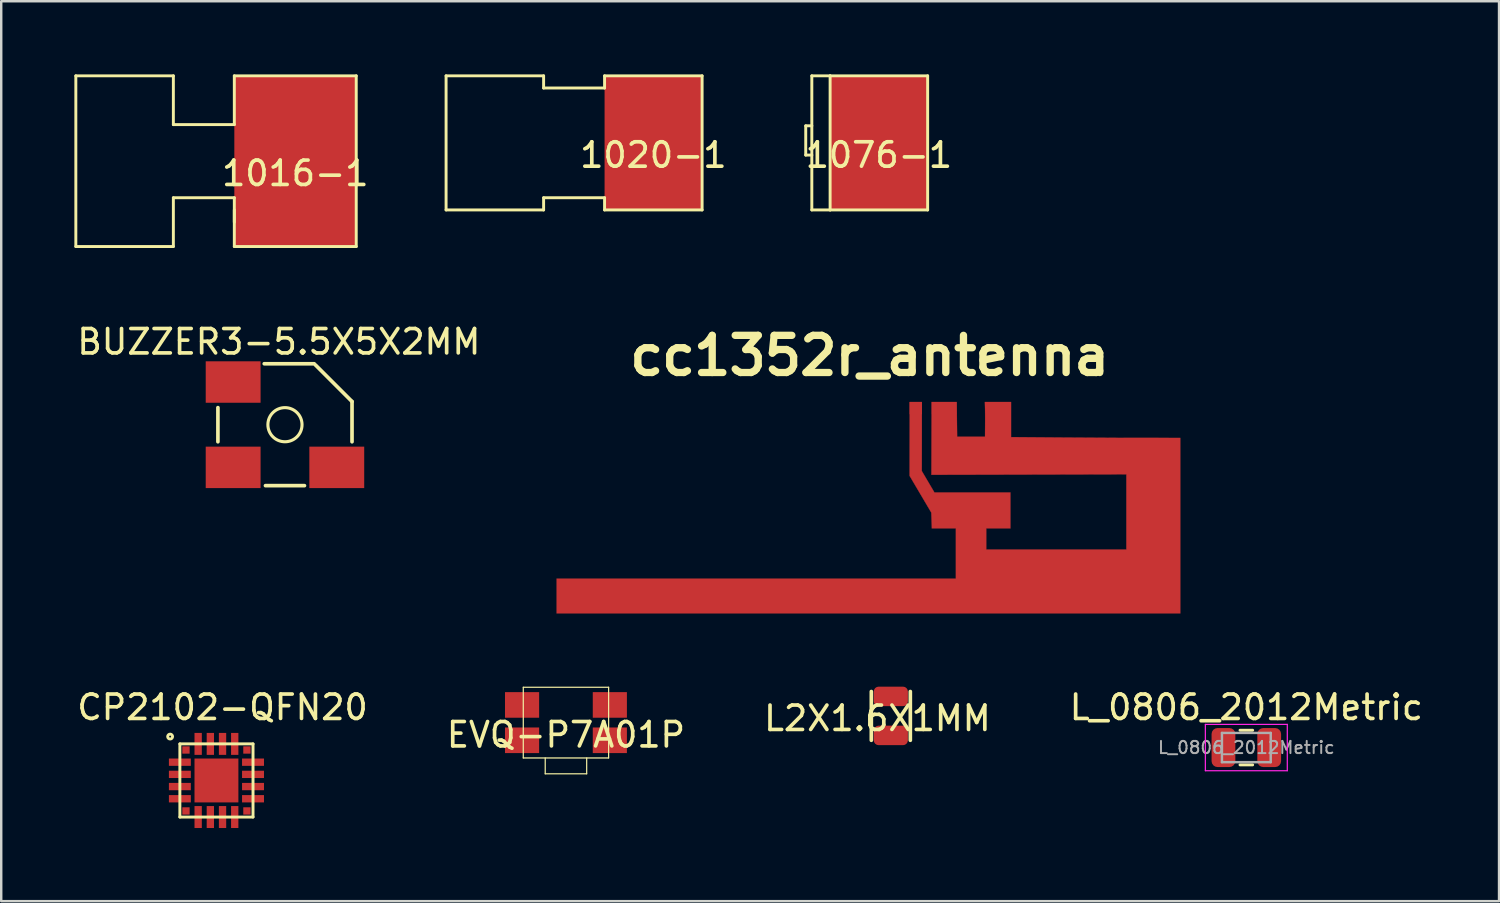
<source format=kicad_pcb>
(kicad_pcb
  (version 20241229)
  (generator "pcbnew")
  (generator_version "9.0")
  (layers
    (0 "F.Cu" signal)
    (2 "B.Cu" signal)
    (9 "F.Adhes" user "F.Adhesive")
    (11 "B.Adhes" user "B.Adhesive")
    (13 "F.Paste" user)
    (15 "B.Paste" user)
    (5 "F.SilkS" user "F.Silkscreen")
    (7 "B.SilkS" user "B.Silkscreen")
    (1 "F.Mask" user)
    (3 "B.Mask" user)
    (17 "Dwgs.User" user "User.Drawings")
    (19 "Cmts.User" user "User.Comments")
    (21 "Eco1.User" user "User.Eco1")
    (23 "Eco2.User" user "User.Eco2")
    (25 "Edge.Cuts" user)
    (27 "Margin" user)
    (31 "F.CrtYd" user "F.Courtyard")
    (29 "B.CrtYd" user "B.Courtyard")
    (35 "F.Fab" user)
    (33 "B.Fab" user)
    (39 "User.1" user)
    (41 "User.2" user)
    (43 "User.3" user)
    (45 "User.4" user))
  (footprint "1076-1"
    (layer "F.Cu")
    (at 32.995 2.81)
    (property "Reference" "1076-1" (at 0 0.5 0) (layer "F.SilkS") (effects (font (size 1 1) (thickness 0.15))))
    (attr through_hole)
    (fp_line (start -3 -0.7) (end -3 0.5) (stroke (width 0.12) (type solid)) (layer "F.SilkS"))
    (fp_line (start -3 0.5) (end -2.75 0.5) (stroke (width 0.12) (type solid)) (layer "F.SilkS"))
    (fp_line (start -2.75 -2.75) (end -2 -2.75) (stroke (width 0.12) (type solid)) (layer "F.SilkS"))
    (fp_line (start -2.75 -0.7) (end -3 -0.7) (stroke (width 0.12) (type solid)) (layer "F.SilkS"))
    (fp_line (start -2.75 2.75) (end -2.75 -2.75) (stroke (width 0.12) (type solid)) (layer "F.SilkS"))
    (fp_line (start -2 -2.75) (end 2 -2.75) (stroke (width 0.12) (type solid)) (layer "F.SilkS"))
    (fp_line (start -2 2.75) (end -2.75 2.75) (stroke (width 0.12) (type solid)) (layer "F.SilkS"))
    (fp_line (start -2 2.75) (end -2 -2.75) (stroke (width 0.12) (type solid)) (layer "F.SilkS"))
    (fp_line (start 2 -2.75) (end 2 2.75) (stroke (width 0.12) (type solid)) (layer "F.SilkS"))
    (fp_line (start 2 2.75) (end -2 2.75) (stroke (width 0.12) (type solid)) (layer "F.SilkS"))
    (pad "1" smd rect (at 0 0) (size 4 5.5) (layers "F.Cu" "F.Mask" "F.Paste")))
  (footprint "EVQ-P7A01P"
    (layer "F.Cu")
    (at 20.161 26.586)
    (property "Reference" "EVQ-P7A01P" (at 0 0.5 0) (layer "F.SilkS") (effects (font (size 1 1) (thickness 0.15))))
    (attr through_hole)
    (fp_line (start -1.75 -1.45) (end 1.75 -1.45) (stroke (width 0.05) (type solid)) (layer "F.SilkS"))
    (fp_line (start -1.75 1.45) (end -1.75 -1.45) (stroke (width 0.05) (type solid)) (layer "F.SilkS"))
    (fp_line (start -0.85 1.45) (end -0.85 2.1) (stroke (width 0.05) (type solid)) (layer "F.SilkS"))
    (fp_line (start -0.85 2.1) (end 0.85 2.1) (stroke (width 0.05) (type solid)) (layer "F.SilkS"))
    (fp_line (start 0.85 2.1) (end 0.85 1.45) (stroke (width 0.05) (type solid)) (layer "F.SilkS"))
    (fp_line (start 1.75 -1.45) (end 1.75 1.45) (stroke (width 0.05) (type solid)) (layer "F.SilkS"))
    (fp_line (start 1.75 1.45) (end -1.75 1.45) (stroke (width 0.05) (type solid)) (layer "F.SilkS"))
    (pad "1" smd rect (at -1.8 -0.725) (size 1.4 1.05) (layers "F.Cu" "F.Mask" "F.Paste"))
    (pad "1" smd rect (at 1.8 -0.725) (size 1.4 1.05) (layers "F.Cu" "F.Mask" "F.Paste"))
    (pad "2" smd rect (at -1.8 0.725) (size 1.4 1.05) (layers "F.Cu" "F.Mask" "F.Paste"))
    (pad "2" smd rect (at 1.8 0.725) (size 1.4 1.05) (layers "F.Cu" "F.Mask" "F.Paste")))
  (footprint "CP2102-QFN20"
    (layer "F.Cu")
    (at 5.827 28.959)
    (property "Reference" "CP2102-QFN20" (at 0.25 -3 0) (layer "F.SilkS") (effects (font (size 1 1) (thickness 0.15))))
    (attr through_hole)
    (fp_line (start -1.5 -1.5) (end 1.5 -1.5) (stroke (width 0.12) (type solid)) (layer "F.SilkS"))
    (fp_line (start -1.5 1.5) (end -1.5 -1.5) (stroke (width 0.12) (type solid)) (layer "F.SilkS"))
    (fp_line (start 1.5 -1.5) (end 1.5 1.5) (stroke (width 0.12) (type solid)) (layer "F.SilkS"))
    (fp_line (start 1.5 1.5) (end -1.5 1.5) (stroke (width 0.12) (type solid)) (layer "F.SilkS"))
    (fp_circle (center -1.9 -1.8) (end -1.8 -1.8) (stroke (width 0.12) (type solid)) (fill no) (layer "F.SilkS"))
    (pad "1" smd rect (at -1.25 -1.25 270) (size 0.3 0.3) (layers "F.Cu" "F.Mask" "F.Paste"))
    (pad "2" smd rect (at -1.5 -0.75) (size 0.9 0.3) (layers "F.Cu" "F.Mask" "F.Paste"))
    (pad "3" smd rect (at -1.5 -0.25) (size 0.9 0.3) (layers "F.Cu" "F.Mask" "F.Paste"))
    (pad "4" smd rect (at -1.5 0.25) (size 0.9 0.3) (layers "F.Cu" "F.Mask" "F.Paste"))
    (pad "5" smd rect (at -1.5 0.75) (size 0.9 0.3) (layers "F.Cu" "F.Mask" "F.Paste"))
    (pad "6" smd rect (at -1.25 1.25 270) (size 0.3 0.3) (layers "F.Cu" "F.Mask" "F.Paste"))
    (pad "7" smd rect (at -0.75 1.5 90) (size 0.9 0.3) (layers "F.Cu" "F.Mask" "F.Paste"))
    (pad "8" smd rect (at -0.25 1.5 90) (size 0.9 0.3) (layers "F.Cu" "F.Mask" "F.Paste"))
    (pad "9" smd rect (at 0.25 1.5 90) (size 0.9 0.3) (layers "F.Cu" "F.Mask" "F.Paste"))
    (pad "10" smd rect (at 0.75 1.5 90) (size 0.9 0.3) (layers "F.Cu" "F.Mask" "F.Paste"))
    (pad "11" smd rect (at 1.25 1.25 270) (size 0.3 0.3) (layers "F.Cu" "F.Mask" "F.Paste"))
    (pad "12" smd rect (at 1.5 0.75 180) (size 0.9 0.3) (layers "F.Cu" "F.Mask" "F.Paste"))
    (pad "13" smd rect (at 1.5 0.25 180) (size 0.9 0.3) (layers "F.Cu" "F.Mask" "F.Paste"))
    (pad "14" smd rect (at 1.5 -0.25 180) (size 0.9 0.3) (layers "F.Cu" "F.Mask" "F.Paste"))
    (pad "15" smd rect (at 1.5 -0.75 180) (size 0.9 0.3) (layers "F.Cu" "F.Mask" "F.Paste"))
    (pad "16" smd rect (at 1.25 -1.25 270) (size 0.3 0.3) (layers "F.Cu" "F.Mask" "F.Paste"))
    (pad "17" smd rect (at 0.75 -1.5 270) (size 0.9 0.3) (layers "F.Cu" "F.Mask" "F.Paste"))
    (pad "18" smd rect (at 0.25 -1.5 270) (size 0.9 0.3) (layers "F.Cu" "F.Mask" "F.Paste"))
    (pad "19" smd rect (at -0.25 -1.5 270) (size 0.9 0.3) (layers "F.Cu" "F.Mask" "F.Paste"))
    (pad "20" smd rect (at -0.75 -1.5 270) (size 0.9 0.3) (layers "F.Cu" "F.Mask" "F.Paste"))
    (pad "EP" smd rect (at 0 0) (size 1.8 1.8) (layers "F.Cu" "F.Mask" "F.Paste")))
  (footprint "BUZZER3-5.5X5X2MM"
    (layer "F.Cu")
    (at 8.637 14.368)
    (property "Reference" "BUZZER3-5.5X5X2MM" (at -0.25 -3.4 0) (layer "F.SilkS") (effects (font (size 1 1) (thickness 0.15))))
    (attr through_hole)
    (fp_line (start -2.75 0.7) (end -2.75 -0.7) (stroke (width 0.15) (type solid)) (layer "F.SilkS"))
    (fp_line (start -0.85 -2.5) (end 1.2 -2.5) (stroke (width 0.15) (type solid)) (layer "F.SilkS"))
    (fp_line (start 0.8 2.5) (end -0.8 2.5) (stroke (width 0.15) (type solid)) (layer "F.SilkS"))
    (fp_line (start 2.75 -0.95) (end 1.25 -2.45) (stroke (width 0.15) (type solid)) (layer "F.SilkS"))
    (fp_line (start 2.75 -0.95) (end 2.75 0.7) (stroke (width 0.15) (type solid)) (layer "F.SilkS"))
    (fp_circle (center 0 0) (end 0.7 0) (stroke (width 0.127) (type solid)) (fill no) (layer "F.SilkS"))
    (pad "1" smd rect (at -2.125 1.75) (size 2.25 1.7) (layers "F.Cu" "F.Mask" "F.Paste"))
    (pad "2" smd rect (at 2.125 1.75) (size 2.25 1.7) (layers "F.Cu" "F.Mask" "F.Paste"))
    (pad "3" smd rect (at -2.125 -1.75) (size 2.25 1.7) (layers "F.Cu" "F.Mask" "F.Paste")))
  (footprint "1016-1"
    (layer "F.Cu")
    (at 9.06 3.56)
    (property "Reference" "1016-1" (at 0 0.5 0) (layer "F.SilkS") (effects (font (size 1 1) (thickness 0.15))))
    (attr through_hole)
    (fp_line (start -9 -3.5) (end -9 3.5) (stroke (width 0.12) (type solid)) (layer "F.SilkS"))
    (fp_line (start -9 3.5) (end -5 3.5) (stroke (width 0.12) (type solid)) (layer "F.SilkS"))
    (fp_line (start -5 -3.5) (end -9 -3.5) (stroke (width 0.12) (type solid)) (layer "F.SilkS"))
    (fp_line (start -5 -1.5) (end -5 -3.5) (stroke (width 0.12) (type solid)) (layer "F.SilkS"))
    (fp_line (start -5 1.5) (end -2.5 1.5) (stroke (width 0.12) (type solid)) (layer "F.SilkS"))
    (fp_line (start -5 3.5) (end -5 1.5) (stroke (width 0.12) (type solid)) (layer "F.SilkS"))
    (fp_line (start -2.5 -3.5) (end 2.5 -3.5) (stroke (width 0.12) (type solid)) (layer "F.SilkS"))
    (fp_line (start -2.5 -1.5) (end -5 -1.5) (stroke (width 0.12) (type solid)) (layer "F.SilkS"))
    (fp_line (start -2.5 -1.5) (end -2.5 -3.5) (stroke (width 0.12) (type solid)) (layer "F.SilkS"))
    (fp_line (start -2.5 1.5) (end -2.5 2.5) (stroke (width 0.12) (type solid)) (layer "F.SilkS"))
    (fp_line (start -2.5 3.5) (end -2.5 2) (stroke (width 0.12) (type solid)) (layer "F.SilkS"))
    (fp_line (start 2.5 -3.5) (end 2.5 3.5) (stroke (width 0.12) (type solid)) (layer "F.SilkS"))
    (fp_line (start 2.5 3.5) (end -2.5 3.5) (stroke (width 0.12) (type solid)) (layer "F.SilkS"))
    (pad "1" smd rect (at 0 0) (size 5 7) (layers "F.Cu" "F.Mask" "F.Paste")))
  (footprint "L_0806_2012Metric"
    (layer "F.Cu")
    (at 48.065 27.609)
    (property "Reference" "L_0806_2012Metric" (at 0 -1.65 0) (layer "F.SilkS") (effects (font (size 1 1) (thickness 0.15))))
    (attr smd)
    (fp_line (start -0.259 -0.71) (end 0.259 -0.71) (stroke (width 0.12) (type solid)) (layer "F.SilkS"))
    (fp_line (start -0.259 0.71) (end 0.259 0.71) (stroke (width 0.12) (type solid)) (layer "F.SilkS"))
    (fp_line (start -1.68 -0.95) (end 1.68 -0.95) (stroke (width 0.05) (type solid)) (layer "F.CrtYd"))
    (fp_line (start -1.68 0.95) (end -1.68 -0.95) (stroke (width 0.05) (type solid)) (layer "F.CrtYd"))
    (fp_line (start 1.68 -0.95) (end 1.68 0.95) (stroke (width 0.05) (type solid)) (layer "F.CrtYd"))
    (fp_line (start 1.68 0.95) (end -1.68 0.95) (stroke (width 0.05) (type solid)) (layer "F.CrtYd"))
    (fp_line (start -1 -0.6) (end 1 -0.6) (stroke (width 0.1) (type solid)) (layer "F.Fab"))
    (fp_line (start -1 0.6) (end -1 -0.6) (stroke (width 0.1) (type solid)) (layer "F.Fab"))
    (fp_line (start 1 -0.6) (end 1 0.6) (stroke (width 0.1) (type solid)) (layer "F.Fab"))
    (fp_line (start 1 0.6) (end -1 0.6) (stroke (width 0.1) (type solid)) (layer "F.Fab"))
    (fp_text user "${REFERENCE}" (at 0 0 0) (layer "F.Fab") (effects (font (size 0.5 0.5) (thickness 0.08))))
    (pad "1" smd roundrect (at -0.938 0) (size 0.975 1.6) (layers "F.Cu" "F.Mask" "F.Paste") (roundrect_rratio 0.25))
    (pad "2" smd roundrect (at 0.938 0) (size 0.975 1.6) (layers "F.Cu" "F.Mask" "F.Paste") (roundrect_rratio 0.25)))
  (footprint "1020-1"
    (layer "F.Cu")
    (at 23.745 2.81)
    (property "Reference" "1020-1" (at 0 0.5 0) (layer "F.SilkS") (effects (font (size 1 1) (thickness 0.15))))
    (attr through_hole)
    (fp_line (start -8.5 -2.75) (end -4.5 -2.75) (stroke (width 0.12) (type solid)) (layer "F.SilkS"))
    (fp_line (start -8.5 2.75) (end -8.5 -2.75) (stroke (width 0.12) (type solid)) (layer "F.SilkS"))
    (fp_line (start -8.5 2.75) (end -4.5 2.75) (stroke (width 0.12) (type solid)) (layer "F.SilkS"))
    (fp_line (start -4.5 -2.75) (end -4.5 -2.25) (stroke (width 0.12) (type solid)) (layer "F.SilkS"))
    (fp_line (start -4.5 -2.25) (end -2 -2.25) (stroke (width 0.12) (type solid)) (layer "F.SilkS"))
    (fp_line (start -4.5 2.25) (end -2 2.25) (stroke (width 0.12) (type solid)) (layer "F.SilkS"))
    (fp_line (start -4.5 2.75) (end -4.5 2.25) (stroke (width 0.12) (type solid)) (layer "F.SilkS"))
    (fp_line (start -2 -2.75) (end 2 -2.75) (stroke (width 0.12) (type solid)) (layer "F.SilkS"))
    (fp_line (start -2 -2.25) (end -2 -2.75) (stroke (width 0.12) (type solid)) (layer "F.SilkS"))
    (fp_line (start -2 2.25) (end -2 2.75) (stroke (width 0.12) (type solid)) (layer "F.SilkS"))
    (fp_line (start 2 -2.75) (end 2 2.75) (stroke (width 0.12) (type solid)) (layer "F.SilkS"))
    (fp_line (start 2 2.75) (end -2 2.75) (stroke (width 0.12) (type solid)) (layer "F.SilkS"))
    (pad "1" smd rect (at 0 0) (size 4 5.5) (layers "F.Cu" "F.Mask" "F.Paste")))
  (footprint "L2X1.6X1MM"
    (layer "F.Cu")
    (at 33.485 26.311)
    (property "Reference" "L2X1.6X1MM" (at -0.55 0.1 0) (layer "F.SilkS") (effects (font (size 1 1) (thickness 0.15))))
    (attr through_hole)
    (fp_line (start -0.8 1) (end -0.8 -1) (stroke (width 0.15) (type solid)) (layer "F.SilkS"))
    (fp_line (start 0.8 -1) (end 0.8 1) (stroke (width 0.15) (type solid)) (layer "F.SilkS"))
    (pad "1" smd roundrect (at 0 -0.8) (size 1.4 0.8) (layers "F.Cu" "F.Mask" "F.Paste") (roundrect_rratio 0.25))
    (pad "2" smd roundrect (at 0 0.8) (size 1.4 0.8) (layers "F.Cu" "F.Mask" "F.Paste") (roundrect_rratio 0.25)))
  (footprint "cc1352r_antenna"
    (layer "F.Cu")
    (at 32.568 17.758)
    (property "Reference" "cc1352r_antenna" (at 0.05 -6.22 0) (layer "F.SilkS") (effects (font (size 1.524 1.524) (thickness 0.3))))
    (attr through_hole)
    (fp_poly (pts (xy 1.922 -4.322) (xy 2.19 -4.322) (xy 2.19 -3.183) (xy 2.187 -1.491) (xy 2.706 -0.61) (xy 5.822 -0.61) (xy 5.822 0.864) (xy 4.831 0.864) (xy 4.831 1.729) (xy 10.577 1.729) (xy 10.577 -1.354) (xy 2.581 -1.335) (xy 2.59 -4.322) (xy 3.62 -4.322) (xy 3.636 -2.898) (xy 4.78 -2.898) (xy 4.783 -3.337) (xy 4.784 -3.508) (xy 4.784 -3.685) (xy 4.783 -3.853) (xy 4.782 -3.995) (xy 4.781 -4.049) (xy 4.774 -4.322) (xy 5.848 -4.322) (xy 5.848 -2.881) (xy 7.965 -2.865) (xy 10.267 -2.851) (xy 12.789 -2.848) (xy 12.789 4.348) (xy -12.789 4.348) (xy -12.789 2.924) (xy 3.585 2.924) (xy 3.585 0.864) (xy 2.599 0.864) (xy 2.588 0.54) (xy 2.577 0.216) (xy 1.686 -1.294) (xy 1.691 -4.322) (xy 1.922 -4.322)) (stroke (width 0.01) (type solid)) (fill yes) (layer "F.Cu"))
    (pad "1" smd rect (at 1.94 -4.07) (size 0.5 0.5) (layers "F.Cu" "F.Mask" "F.Paste"))
    (pad "2" smd rect (at 3.1 -4.07) (size 1 0.5) (layers "F.Cu" "F.Mask" "F.Paste"))
    (pad "2" smd rect (at 5.32 -4.06) (size 1 0.5) (layers "F.Cu" "F.Mask" "F.Paste")))
  (gr_rect
    (start -3 -3)
    (end 58.429 33.909)
    (stroke (width 0.1) (type default))
    (fill no)
    (layer "Edge.Cuts")))
</source>
